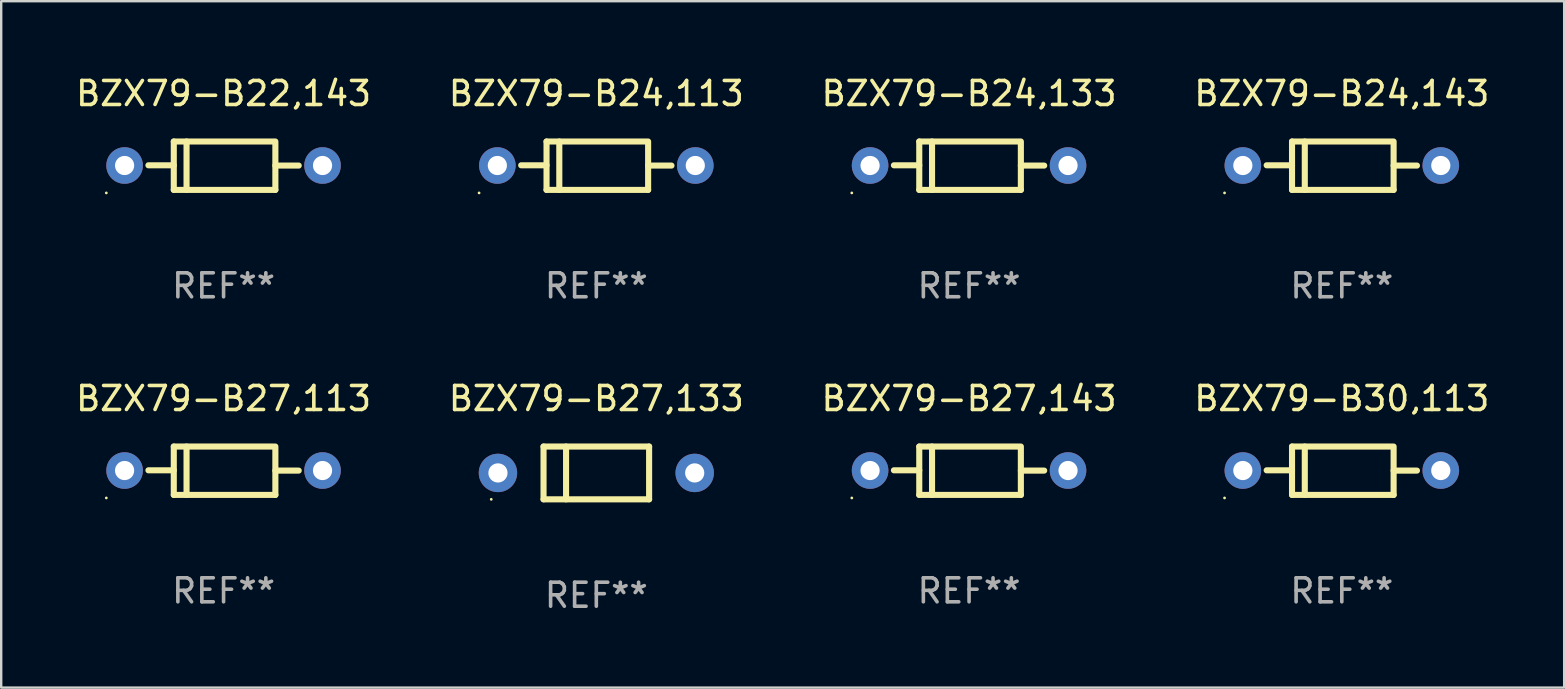
<source format=kicad_pcb>
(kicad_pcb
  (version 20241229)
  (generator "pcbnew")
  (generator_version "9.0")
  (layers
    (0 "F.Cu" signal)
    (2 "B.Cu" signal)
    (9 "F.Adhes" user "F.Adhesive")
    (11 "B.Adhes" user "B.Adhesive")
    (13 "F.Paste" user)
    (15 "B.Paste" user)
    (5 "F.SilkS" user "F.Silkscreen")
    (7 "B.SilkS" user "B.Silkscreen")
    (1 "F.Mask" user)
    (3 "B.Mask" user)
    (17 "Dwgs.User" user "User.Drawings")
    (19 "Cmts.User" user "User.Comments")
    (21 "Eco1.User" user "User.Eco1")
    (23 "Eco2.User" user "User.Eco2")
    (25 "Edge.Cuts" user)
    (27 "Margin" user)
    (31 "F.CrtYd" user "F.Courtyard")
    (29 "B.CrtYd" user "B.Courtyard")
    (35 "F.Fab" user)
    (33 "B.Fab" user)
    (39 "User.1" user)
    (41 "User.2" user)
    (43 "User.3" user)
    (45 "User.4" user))
  (footprint "BZX79-B24,143"
    (layer "F.Cu")
    (at 52.875 3.856)
    (property "Reference" "BZX79-B24,143" (at 0 -3.008 0) (layer "F.SilkS") (effects (font (size 1 1) (thickness 0.15))))
    (attr through_hole)
    (fp_line (start -2.075 -1.008) (end -2.075 1.008) (stroke (width 0.254) (type solid)) (layer "F.SilkS"))
    (fp_line (start -2.075 -0.017) (end -3.132 -0.017) (stroke (width 0.254) (type solid)) (layer "F.SilkS"))
    (fp_line (start -2.075 1.008) (end 2.159 1.008) (stroke (width 0.254) (type solid)) (layer "F.SilkS"))
    (fp_line (start -1.543 -1.008) (end -1.543 1.008) (stroke (width 0.254) (type solid)) (layer "F.SilkS"))
    (fp_line (start 2.075 -1.008) (end -2.075 -1.008) (stroke (width 0.254) (type solid)) (layer "F.SilkS"))
    (fp_line (start 2.159 -0.005) (end 3.132 -0.005) (stroke (width 0.254) (type solid)) (layer "F.SilkS"))
    (fp_line (start 2.159 1.008) (end 2.159 -1.008) (stroke (width 0.254) (type solid)) (layer "F.SilkS"))
    (fp_circle (center -4.887 1.135) (end -4.857 1.135) (stroke (width 0.06) (type solid)) (fill no) (layer "F.SilkS"))
    (fp_text user "REF**" (at 0 5.008 0) (layer "F.Fab") (effects (font (size 1 1) (thickness 0.15))))
    (pad "1" thru_hole circle (at -4.125 -0.008) (size 1.524 1.524) (drill 0.8) (layers "*.Cu" "*.Mask"))
    (pad "2" thru_hole circle (at 4.125 -0.008) (size 1.524 1.524) (drill 0.8) (layers "*.Cu" "*.Mask")))
  (footprint "BZX79-B24,133"
    (layer "F.Cu")
    (at 37.339 3.856)
    (property "Reference" "BZX79-B24,133" (at 0 -3.008 0) (layer "F.SilkS") (effects (font (size 1 1) (thickness 0.15))))
    (attr through_hole)
    (fp_line (start -2.075 -1.008) (end -2.075 1.008) (stroke (width 0.254) (type solid)) (layer "F.SilkS"))
    (fp_line (start -2.075 -0.017) (end -3.132 -0.017) (stroke (width 0.254) (type solid)) (layer "F.SilkS"))
    (fp_line (start -2.075 1.008) (end 2.159 1.008) (stroke (width 0.254) (type solid)) (layer "F.SilkS"))
    (fp_line (start -1.543 -1.008) (end -1.543 1.008) (stroke (width 0.254) (type solid)) (layer "F.SilkS"))
    (fp_line (start 2.075 -1.008) (end -2.075 -1.008) (stroke (width 0.254) (type solid)) (layer "F.SilkS"))
    (fp_line (start 2.159 -0.005) (end 3.132 -0.005) (stroke (width 0.254) (type solid)) (layer "F.SilkS"))
    (fp_line (start 2.159 1.008) (end 2.159 -1.008) (stroke (width 0.254) (type solid)) (layer "F.SilkS"))
    (fp_circle (center -4.887 1.135) (end -4.857 1.135) (stroke (width 0.06) (type solid)) (fill no) (layer "F.SilkS"))
    (fp_text user "REF**" (at 0 5.008 0) (layer "F.Fab") (effects (font (size 1 1) (thickness 0.15))))
    (pad "1" thru_hole circle (at -4.125 -0.008) (size 1.524 1.524) (drill 0.8) (layers "*.Cu" "*.Mask"))
    (pad "2" thru_hole circle (at 4.125 -0.008) (size 1.524 1.524) (drill 0.8) (layers "*.Cu" "*.Mask")))
  (footprint "BZX79-B27,113"
    (layer "F.Cu")
    (at 6.268 16.569)
    (property "Reference" "BZX79-B27,113" (at 0 -3.008 0) (layer "F.SilkS") (effects (font (size 1 1) (thickness 0.15))))
    (attr through_hole)
    (fp_line (start -2.075 -1.008) (end -2.075 1.008) (stroke (width 0.254) (type solid)) (layer "F.SilkS"))
    (fp_line (start -2.075 -0.017) (end -3.132 -0.017) (stroke (width 0.254) (type solid)) (layer "F.SilkS"))
    (fp_line (start -2.075 1.008) (end 2.159 1.008) (stroke (width 0.254) (type solid)) (layer "F.SilkS"))
    (fp_line (start -1.543 -1.008) (end -1.543 1.008) (stroke (width 0.254) (type solid)) (layer "F.SilkS"))
    (fp_line (start 2.075 -1.008) (end -2.075 -1.008) (stroke (width 0.254) (type solid)) (layer "F.SilkS"))
    (fp_line (start 2.159 -0.005) (end 3.132 -0.005) (stroke (width 0.254) (type solid)) (layer "F.SilkS"))
    (fp_line (start 2.159 1.008) (end 2.159 -1.008) (stroke (width 0.254) (type solid)) (layer "F.SilkS"))
    (fp_circle (center -4.887 1.135) (end -4.857 1.135) (stroke (width 0.06) (type solid)) (fill no) (layer "F.SilkS"))
    (fp_text user "REF**" (at 0 5.008 0) (layer "F.Fab") (effects (font (size 1 1) (thickness 0.15))))
    (pad "1" thru_hole circle (at -4.125 -0.008) (size 1.524 1.524) (drill 0.8) (layers "*.Cu" "*.Mask"))
    (pad "2" thru_hole circle (at 4.125 -0.008) (size 1.524 1.524) (drill 0.8) (layers "*.Cu" "*.Mask")))
  (footprint "BZX79-B22,143"
    (layer "F.Cu")
    (at 6.268 3.856)
    (property "Reference" "BZX79-B22,143" (at 0 -3.008 0) (layer "F.SilkS") (effects (font (size 1 1) (thickness 0.15))))
    (attr through_hole)
    (fp_line (start -2.075 -1.008) (end -2.075 1.008) (stroke (width 0.254) (type solid)) (layer "F.SilkS"))
    (fp_line (start -2.075 -0.017) (end -3.132 -0.017) (stroke (width 0.254) (type solid)) (layer "F.SilkS"))
    (fp_line (start -2.075 1.008) (end 2.159 1.008) (stroke (width 0.254) (type solid)) (layer "F.SilkS"))
    (fp_line (start -1.543 -1.008) (end -1.543 1.008) (stroke (width 0.254) (type solid)) (layer "F.SilkS"))
    (fp_line (start 2.075 -1.008) (end -2.075 -1.008) (stroke (width 0.254) (type solid)) (layer "F.SilkS"))
    (fp_line (start 2.159 -0.005) (end 3.132 -0.005) (stroke (width 0.254) (type solid)) (layer "F.SilkS"))
    (fp_line (start 2.159 1.008) (end 2.159 -1.008) (stroke (width 0.254) (type solid)) (layer "F.SilkS"))
    (fp_circle (center -4.887 1.135) (end -4.857 1.135) (stroke (width 0.06) (type solid)) (fill no) (layer "F.SilkS"))
    (fp_text user "REF**" (at 0 5.008 0) (layer "F.Fab") (effects (font (size 1 1) (thickness 0.15))))
    (pad "1" thru_hole circle (at -4.125 -0.008) (size 1.524 1.524) (drill 0.8) (layers "*.Cu" "*.Mask"))
    (pad "2" thru_hole circle (at 4.125 -0.008) (size 1.524 1.524) (drill 0.8) (layers "*.Cu" "*.Mask")))
  (footprint "BZX79-B24,113"
    (layer "F.Cu")
    (at 21.804 3.856)
    (property "Reference" "BZX79-B24,113" (at 0 -3.008 0) (layer "F.SilkS") (effects (font (size 1 1) (thickness 0.15))))
    (attr through_hole)
    (fp_line (start -2.075 -1.008) (end -2.075 1.008) (stroke (width 0.254) (type solid)) (layer "F.SilkS"))
    (fp_line (start -2.075 -0.017) (end -3.132 -0.017) (stroke (width 0.254) (type solid)) (layer "F.SilkS"))
    (fp_line (start -2.075 1.008) (end 2.159 1.008) (stroke (width 0.254) (type solid)) (layer "F.SilkS"))
    (fp_line (start -1.543 -1.008) (end -1.543 1.008) (stroke (width 0.254) (type solid)) (layer "F.SilkS"))
    (fp_line (start 2.075 -1.008) (end -2.075 -1.008) (stroke (width 0.254) (type solid)) (layer "F.SilkS"))
    (fp_line (start 2.159 -0.005) (end 3.132 -0.005) (stroke (width 0.254) (type solid)) (layer "F.SilkS"))
    (fp_line (start 2.159 1.008) (end 2.159 -1.008) (stroke (width 0.254) (type solid)) (layer "F.SilkS"))
    (fp_circle (center -4.887 1.135) (end -4.857 1.135) (stroke (width 0.06) (type solid)) (fill no) (layer "F.SilkS"))
    (fp_text user "REF**" (at 0 5.008 0) (layer "F.Fab") (effects (font (size 1 1) (thickness 0.15))))
    (pad "1" thru_hole circle (at -4.125 -0.008) (size 1.524 1.524) (drill 0.8) (layers "*.Cu" "*.Mask"))
    (pad "2" thru_hole circle (at 4.125 -0.008) (size 1.524 1.524) (drill 0.8) (layers "*.Cu" "*.Mask")))
  (footprint "BZX79-B30,113"
    (layer "F.Cu")
    (at 52.875 16.569)
    (property "Reference" "BZX79-B30,113" (at 0 -3.008 0) (layer "F.SilkS") (effects (font (size 1 1) (thickness 0.15))))
    (attr through_hole)
    (fp_line (start -2.075 -1.008) (end -2.075 1.008) (stroke (width 0.254) (type solid)) (layer "F.SilkS"))
    (fp_line (start -2.075 -0.017) (end -3.132 -0.017) (stroke (width 0.254) (type solid)) (layer "F.SilkS"))
    (fp_line (start -2.075 1.008) (end 2.159 1.008) (stroke (width 0.254) (type solid)) (layer "F.SilkS"))
    (fp_line (start -1.543 -1.008) (end -1.543 1.008) (stroke (width 0.254) (type solid)) (layer "F.SilkS"))
    (fp_line (start 2.075 -1.008) (end -2.075 -1.008) (stroke (width 0.254) (type solid)) (layer "F.SilkS"))
    (fp_line (start 2.159 -0.005) (end 3.132 -0.005) (stroke (width 0.254) (type solid)) (layer "F.SilkS"))
    (fp_line (start 2.159 1.008) (end 2.159 -1.008) (stroke (width 0.254) (type solid)) (layer "F.SilkS"))
    (fp_circle (center -4.887 1.135) (end -4.857 1.135) (stroke (width 0.06) (type solid)) (fill no) (layer "F.SilkS"))
    (fp_text user "REF**" (at 0 5.008 0) (layer "F.Fab") (effects (font (size 1 1) (thickness 0.15))))
    (pad "1" thru_hole circle (at -4.125 -0.008) (size 1.524 1.524) (drill 0.8) (layers "*.Cu" "*.Mask"))
    (pad "2" thru_hole circle (at 4.125 -0.008) (size 1.524 1.524) (drill 0.8) (layers "*.Cu" "*.Mask")))
  (footprint "BZX79-B27,143"
    (layer "F.Cu")
    (at 37.339 16.569)
    (property "Reference" "BZX79-B27,143" (at 0 -3.008 0) (layer "F.SilkS") (effects (font (size 1 1) (thickness 0.15))))
    (attr through_hole)
    (fp_line (start -2.075 -1.008) (end -2.075 1.008) (stroke (width 0.254) (type solid)) (layer "F.SilkS"))
    (fp_line (start -2.075 -0.017) (end -3.132 -0.017) (stroke (width 0.254) (type solid)) (layer "F.SilkS"))
    (fp_line (start -2.075 1.008) (end 2.159 1.008) (stroke (width 0.254) (type solid)) (layer "F.SilkS"))
    (fp_line (start -1.543 -1.008) (end -1.543 1.008) (stroke (width 0.254) (type solid)) (layer "F.SilkS"))
    (fp_line (start 2.075 -1.008) (end -2.075 -1.008) (stroke (width 0.254) (type solid)) (layer "F.SilkS"))
    (fp_line (start 2.159 -0.005) (end 3.132 -0.005) (stroke (width 0.254) (type solid)) (layer "F.SilkS"))
    (fp_line (start 2.159 1.008) (end 2.159 -1.008) (stroke (width 0.254) (type solid)) (layer "F.SilkS"))
    (fp_circle (center -4.887 1.135) (end -4.857 1.135) (stroke (width 0.06) (type solid)) (fill no) (layer "F.SilkS"))
    (fp_text user "REF**" (at 0 5.008 0) (layer "F.Fab") (effects (font (size 1 1) (thickness 0.15))))
    (pad "1" thru_hole circle (at -4.125 -0.008) (size 1.524 1.524) (drill 0.8) (layers "*.Cu" "*.Mask"))
    (pad "2" thru_hole circle (at 4.125 -0.008) (size 1.524 1.524) (drill 0.8) (layers "*.Cu" "*.Mask")))
  (footprint "BZX79-B27,133"
    (layer "F.Cu")
    (at 21.804 16.661)
    (property "Reference" "BZX79-B27,133" (at 0 -3.1 0) (layer "F.SilkS") (effects (font (size 1 1) (thickness 0.15))))
    (attr through_hole)
    (fp_line (start -2.2 -1.1) (end -2.2 1.1) (stroke (width 0.254) (type solid)) (layer "F.SilkS"))
    (fp_line (start -2.2 -1.1) (end 2.2 -1.1) (stroke (width 0.254) (type solid)) (layer "F.SilkS"))
    (fp_line (start -2.2 1.1) (end 2.2 1.1) (stroke (width 0.254) (type solid)) (layer "F.SilkS"))
    (fp_line (start -1.261 -1.1) (end -1.261 1.1) (stroke (width 0.254) (type solid)) (layer "F.SilkS"))
    (fp_line (start 2.2 -1.1) (end 2.2 1.1) (stroke (width 0.254) (type solid)) (layer "F.SilkS"))
    (fp_circle (center -4.38 1.1) (end -4.35 1.1) (stroke (width 0.06) (type solid)) (fill no) (layer "F.SilkS"))
    (fp_text user "REF**" (at 0 5.1 0) (layer "F.Fab") (effects (font (size 1 1) (thickness 0.15))))
    (pad "1" thru_hole circle (at -4.1 0) (size 1.6 1.6) (drill 0.8) (layers "*.Cu" "*.Mask"))
    (pad "2" thru_hole circle (at 4.1 0) (size 1.6 1.6) (drill 0.8) (layers "*.Cu" "*.Mask")))
  (gr_rect
    (start -3 -3)
    (end 62.143 25.609)
    (stroke (width 0.1) (type default))
    (fill no)
    (layer "Edge.Cuts")))
</source>
